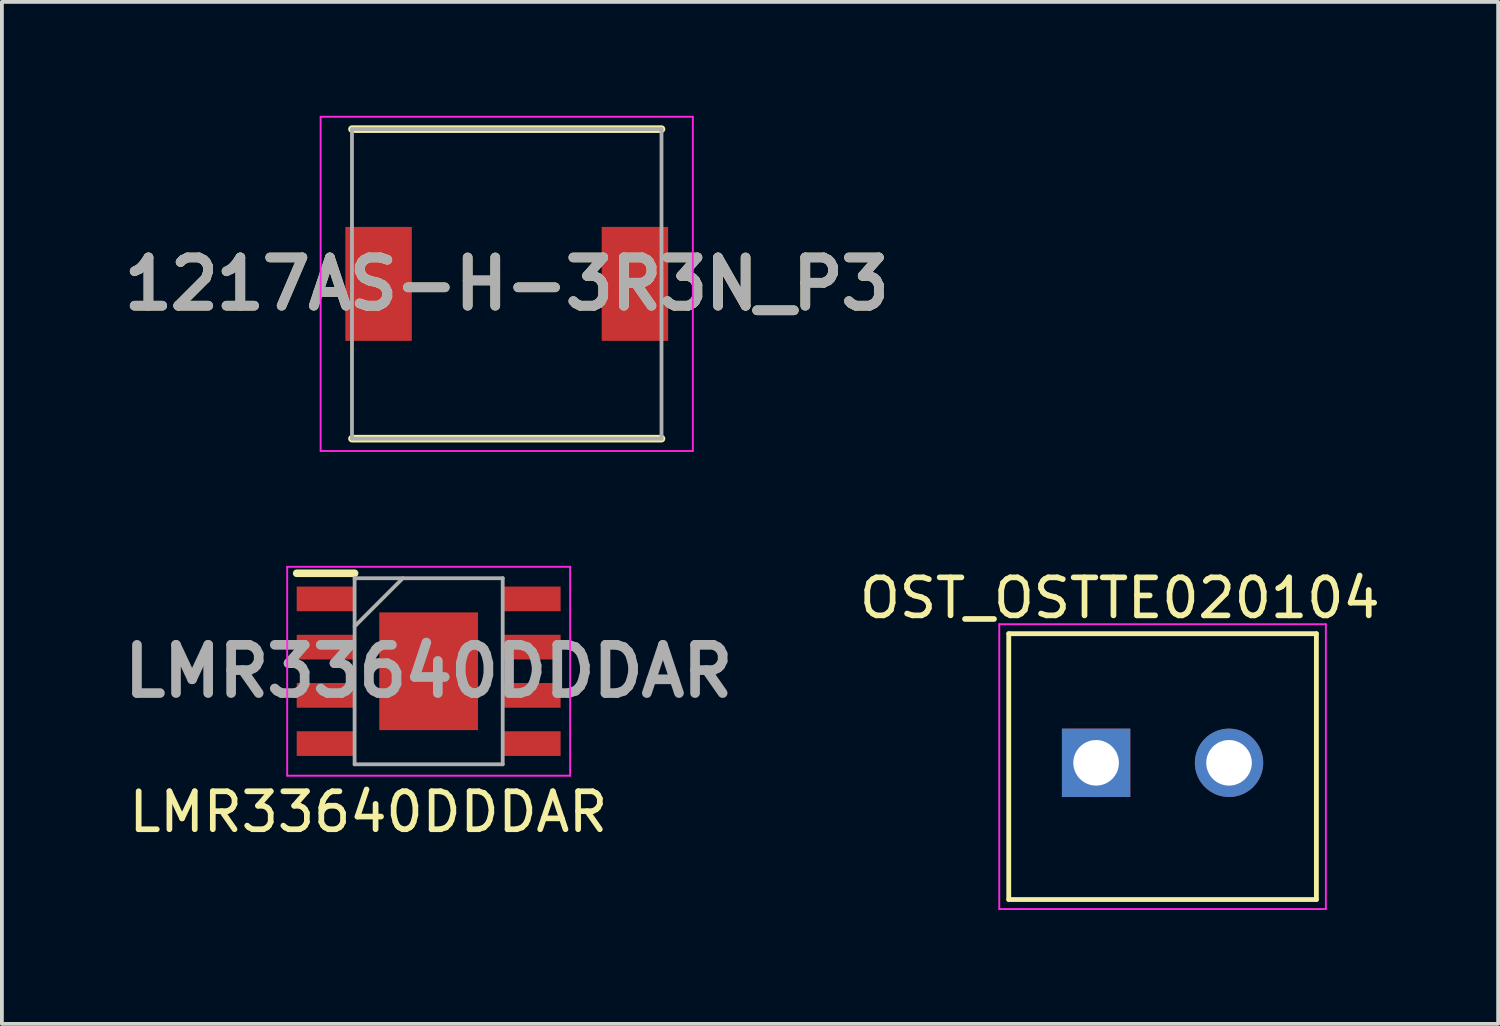
<source format=kicad_pcb>
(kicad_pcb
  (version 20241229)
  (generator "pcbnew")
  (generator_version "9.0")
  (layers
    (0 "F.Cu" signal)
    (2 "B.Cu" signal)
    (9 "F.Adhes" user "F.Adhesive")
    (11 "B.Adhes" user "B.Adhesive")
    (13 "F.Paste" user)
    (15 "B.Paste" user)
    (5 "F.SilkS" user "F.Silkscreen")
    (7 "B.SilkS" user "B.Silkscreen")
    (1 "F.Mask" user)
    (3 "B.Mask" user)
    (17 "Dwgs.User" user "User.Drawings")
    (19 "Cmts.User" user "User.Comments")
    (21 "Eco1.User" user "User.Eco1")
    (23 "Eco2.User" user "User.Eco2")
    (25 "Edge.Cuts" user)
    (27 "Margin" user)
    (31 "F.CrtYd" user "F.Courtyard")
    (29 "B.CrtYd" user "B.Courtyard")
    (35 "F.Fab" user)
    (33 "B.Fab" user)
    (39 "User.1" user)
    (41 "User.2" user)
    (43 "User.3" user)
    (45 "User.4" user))
  (footprint "1217AS-H-3R3N_P3"
    (layer "F.Cu")
    (at 10.293 4.425)
    (property "Reference" "1217AS-H-3R3N_P3" (at 0 0 0) (layer "F.SilkS") (effects (font (size 1.27 1.27) (thickness 0.254))))
    (attr smd)
    (fp_line (start -4.075 4.075) (end 4.075 4.075) (stroke (width 0.2) (type solid)) (layer "F.SilkS"))
    (fp_line (start 4.075 -4.075) (end -4.075 -4.075) (stroke (width 0.2) (type solid)) (layer "F.SilkS"))
    (fp_line (start -4.9 -4.4) (end 4.9 -4.4) (stroke (width 0.05) (type solid)) (layer "F.CrtYd"))
    (fp_line (start -4.9 4.4) (end -4.9 -4.4) (stroke (width 0.05) (type solid)) (layer "F.CrtYd"))
    (fp_line (start 4.9 -4.4) (end 4.9 4.4) (stroke (width 0.05) (type solid)) (layer "F.CrtYd"))
    (fp_line (start 4.9 4.4) (end -4.9 4.4) (stroke (width 0.05) (type solid)) (layer "F.CrtYd"))
    (fp_line (start -4.075 -4.075) (end 4.075 -4.075) (stroke (width 0.1) (type solid)) (layer "F.Fab"))
    (fp_line (start -4.075 4.075) (end -4.075 -4.075) (stroke (width 0.1) (type solid)) (layer "F.Fab"))
    (fp_line (start 4.075 -4.075) (end 4.075 4.075) (stroke (width 0.1) (type solid)) (layer "F.Fab"))
    (fp_line (start 4.075 4.075) (end -4.075 4.075) (stroke (width 0.1) (type solid)) (layer "F.Fab"))
    (fp_text user "${REFERENCE}" (at 0 0 0) (layer "F.Fab") (effects (font (size 1.27 1.27) (thickness 0.254))))
    (pad "1" smd rect (at -3.375 0) (size 1.75 3) (layers "F.Cu" "F.Mask" "F.Paste"))
    (pad "2" smd rect (at 3.375 0) (size 1.75 3) (layers "F.Cu" "F.Mask" "F.Paste")))
  (footprint "LMR33640DDDAR"
    (layer "F.Cu")
    (at 8.237 14.625)
    (property "Reference" "LMR33640DDDAR" (at -1.588 3.705 0) (layer "F.SilkS") (effects (font (size 1 1) (thickness 0.15))))
    (attr smd)
    (fp_line (start -3.475 -2.58) (end -1.95 -2.58) (stroke (width 0.2) (type solid)) (layer "F.SilkS"))
    (fp_line (start -3.725 -2.75) (end 3.725 -2.75) (stroke (width 0.05) (type solid)) (layer "F.CrtYd"))
    (fp_line (start -3.725 2.75) (end -3.725 -2.75) (stroke (width 0.05) (type solid)) (layer "F.CrtYd"))
    (fp_line (start 3.725 -2.75) (end 3.725 2.75) (stroke (width 0.05) (type solid)) (layer "F.CrtYd"))
    (fp_line (start 3.725 2.75) (end -3.725 2.75) (stroke (width 0.05) (type solid)) (layer "F.CrtYd"))
    (fp_line (start -1.95 -2.45) (end 1.95 -2.45) (stroke (width 0.1) (type solid)) (layer "F.Fab"))
    (fp_line (start -1.95 -1.18) (end -0.68 -2.45) (stroke (width 0.1) (type solid)) (layer "F.Fab"))
    (fp_line (start -1.95 2.45) (end -1.95 -2.45) (stroke (width 0.1) (type solid)) (layer "F.Fab"))
    (fp_line (start 1.95 -2.45) (end 1.95 2.45) (stroke (width 0.1) (type solid)) (layer "F.Fab"))
    (fp_line (start 1.95 2.45) (end -1.95 2.45) (stroke (width 0.1) (type solid)) (layer "F.Fab"))
    (fp_text user "${REFERENCE}" (at 0 0 0) (layer "F.Fab") (effects (font (size 1.27 1.27) (thickness 0.254))))
    (pad "1" smd rect (at -2.712 -1.905 90) (size 0.65 1.525) (layers "F.Cu" "F.Mask" "F.Paste"))
    (pad "2" smd rect (at -2.712 -0.635 90) (size 0.65 1.525) (layers "F.Cu" "F.Mask" "F.Paste"))
    (pad "3" smd rect (at -2.712 0.635 90) (size 0.65 1.525) (layers "F.Cu" "F.Mask" "F.Paste"))
    (pad "4" smd rect (at -2.712 1.905 90) (size 0.65 1.525) (layers "F.Cu" "F.Mask" "F.Paste"))
    (pad "5" smd rect (at 2.712 1.905 90) (size 0.65 1.525) (layers "F.Cu" "F.Mask" "F.Paste"))
    (pad "6" smd rect (at 2.712 0.635 90) (size 0.65 1.525) (layers "F.Cu" "F.Mask" "F.Paste"))
    (pad "7" smd rect (at 2.712 -0.635 90) (size 0.65 1.525) (layers "F.Cu" "F.Mask" "F.Paste"))
    (pad "8" smd rect (at 2.712 -1.905 90) (size 0.65 1.525) (layers "F.Cu" "F.Mask" "F.Paste"))
    (pad "9" smd rect (at 0 0) (size 2.6 3.1) (layers "F.Cu" "F.Mask" "F.Paste")))
  (footprint "OST_OSTTE020104"
    (layer "F.Cu")
    (at 27.562 17.036)
    (property "Reference" "OST_OSTTE020104" (at -1.126 -4.338 0) (layer "F.SilkS") (effects (font (size 1.001 1.001) (thickness 0.15))))
    (attr through_hole)
    (fp_line (start -4.05 -3.4) (end 4.05 -3.4) (stroke (width 0.127) (type solid)) (layer "F.SilkS"))
    (fp_line (start -4.05 3.6) (end -4.05 -3.4) (stroke (width 0.127) (type solid)) (layer "F.SilkS"))
    (fp_line (start 4.05 -3.4) (end 4.05 3.6) (stroke (width 0.127) (type solid)) (layer "F.SilkS"))
    (fp_line (start 4.05 3.6) (end -4.05 3.6) (stroke (width 0.127) (type solid)) (layer "F.SilkS"))
    (fp_line (start -4.3 -3.65) (end 4.3 -3.65) (stroke (width 0.05) (type solid)) (layer "F.CrtYd"))
    (fp_line (start -4.3 3.85) (end -4.3 -3.65) (stroke (width 0.05) (type solid)) (layer "F.CrtYd"))
    (fp_line (start 4.3 -3.65) (end 4.3 3.85) (stroke (width 0.05) (type solid)) (layer "F.CrtYd"))
    (fp_line (start 4.3 3.85) (end -4.3 3.85) (stroke (width 0.05) (type solid)) (layer "F.CrtYd"))
    (pad "1" thru_hole rect (at -1.75 0) (size 1.8 1.8) (drill 1.2) (layers "*.Cu" "*.Mask"))
    (pad "2" thru_hole circle (at 1.75 0) (size 1.8 1.8) (drill 1.2) (layers "*.Cu" "*.Mask")))
  (gr_rect
    (start -3 -3)
    (end 36.398 23.911)
    (stroke (width 0.1) (type default))
    (fill no)
    (layer "Edge.Cuts")))
</source>
